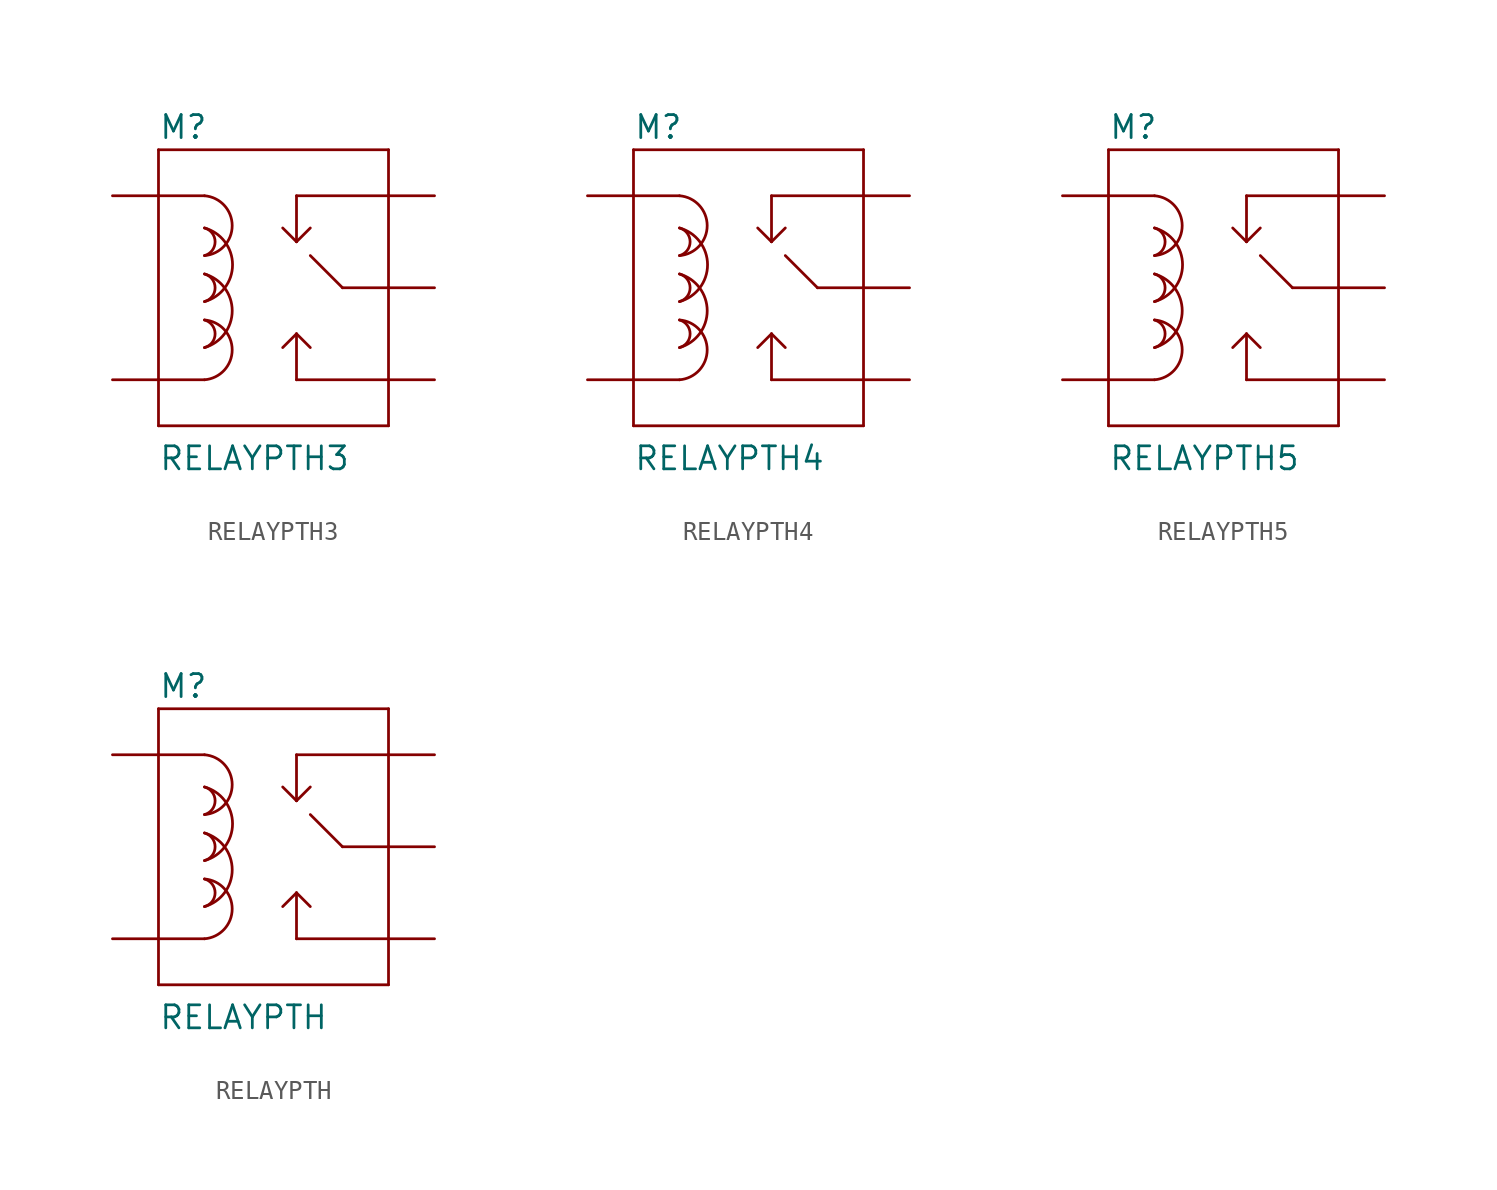
<source format=kicad_sym>
(kicad_symbol_lib
  (version 20220914)
  (generator kicad_symbol_editor)
  (symbol "RELAYPTH3"
    (pin_numbers hide)
    (pin_names
      (offset 1.016) hide)
    (property "Reference" "M"
      (at -7.62 8.128 0)
      (effects (font (size 1.27 1.27)) (justify left bottom)))
    (property "Value" "RELAYPTH3"
      (at -7.62 -10.16 0)
      (effects (font (size 1.27 1.27)) (justify left bottom)))
    (property "ki_locked" ""
      (at 0 0 0)
      (effects (font (size 1.27 1.27))))
    (symbol "RELAYPTH3_1_0"
      (polyline (pts (xy -7.62 -7.62) (xy -7.62 -5.08)) (stroke (width 0) (type solid)) (fill (type none)))
      (polyline (pts (xy -7.62 -5.08) (xy -7.62 5.08)) (stroke (width 0) (type solid)) (fill (type none)))
      (polyline (pts (xy -7.62 -5.08) (xy -5.08 -5.08)) (stroke (width 0) (type solid)) (fill (type none)))
      (polyline (pts (xy -7.62 5.08) (xy -7.62 7.62)) (stroke (width 0) (type solid)) (fill (type none)))
      (polyline (pts (xy -7.62 5.08) (xy -5.08 5.08)) (stroke (width 0) (type solid)) (fill (type none)))
      (polyline (pts (xy -7.62 7.62) (xy 5.08 7.62)) (stroke (width 0) (type solid)) (fill (type none)))
      (polyline (pts (xy 0 -5.08) (xy 0 -2.54)) (stroke (width 0) (type solid)) (fill (type none)))
      (polyline (pts (xy 0 -2.54) (xy -0.762 -3.302)) (stroke (width 0) (type solid)) (fill (type none)))
      (polyline (pts (xy 0 -2.54) (xy 0.762 -3.302)) (stroke (width 0) (type solid)) (fill (type none)))
      (polyline (pts (xy 0 2.54) (xy -0.762 3.302)) (stroke (width 0) (type solid)) (fill (type none)))
      (polyline (pts (xy 0 2.54) (xy 0.762 3.302)) (stroke (width 0) (type solid)) (fill (type none)))
      (polyline (pts (xy 0 5.08) (xy 0 2.54)) (stroke (width 0) (type solid)) (fill (type none)))
      (polyline (pts (xy 2.54 0) (xy 0.762 1.778)) (stroke (width 0) (type solid)) (fill (type none)))
      (polyline (pts (xy 5.08 -7.62) (xy -7.62 -7.62)) (stroke (width 0) (type solid)) (fill (type none)))
      (polyline (pts (xy 5.08 -5.08) (xy 0 -5.08)) (stroke (width 0) (type solid)) (fill (type none)))
      (polyline (pts (xy 5.08 -5.08) (xy 5.08 -7.62)) (stroke (width 0) (type solid)) (fill (type none)))
      (polyline (pts (xy 5.08 0) (xy 2.54 0)) (stroke (width 0) (type solid)) (fill (type none)))
      (polyline (pts (xy 5.08 0) (xy 5.08 -5.08)) (stroke (width 0) (type solid)) (fill (type none)))
      (polyline (pts (xy 5.08 5.08) (xy 0 5.08)) (stroke (width 0) (type solid)) (fill (type none)))
      (polyline (pts (xy 5.08 5.08) (xy 5.08 0)) (stroke (width 0) (type solid)) (fill (type none)))
      (polyline (pts (xy 5.08 7.62) (xy 5.08 5.08)) (stroke (width 0) (type solid)) (fill (type none))))
    (symbol "RELAYPTH3_1_1"
      (arc (start -5.08 -5.08) (mid -3.5511 -3.429) (end -5.08 -1.778) (stroke (width 0) (type solid)) (fill (type none)))
      (arc (start -5.08 -3.302) (mid -4.4946 -2.54) (end -5.08 -1.778) (stroke (width 0) (type solid)) (fill (type none)))
      (arc (start -5.08 -3.302) (mid -3.5499 -1.27) (end -5.08 0.762) (stroke (width 0) (type solid)) (fill (type none)))
      (arc (start -5.08 -0.762) (mid -4.4946 0) (end -5.08 0.762) (stroke (width 0) (type solid)) (fill (type none)))
      (arc (start -5.08 -0.762) (mid -3.5314 1.27) (end -5.08 3.302) (stroke (width 0) (type solid)) (fill (type none)))
      (arc (start -5.08 1.778) (mid -4.4946 2.54) (end -5.08 3.302) (stroke (width 0) (type solid)) (fill (type none)))
      (arc (start -5.08 1.778) (mid -3.5511 3.429) (end -5.08 5.08) (stroke (width 0) (type solid)) (fill (type none)))
      (pin bidirectional line (at -10.16 5.08 0) (length 2.54) (name "COIL1" (effects (font (size 1.016 1.016)))) (number "COIL1" (effects (font (size 1.016 1.016)))))
      (pin bidirectional line (at -10.16 -5.08 0) (length 2.54) (name "COIL2" (effects (font (size 1.016 1.016)))) (number "COIL2" (effects (font (size 1.016 1.016)))))
      (pin bidirectional line (at 7.62 0 180) (length 2.54) (name "MAIN" (effects (font (size 1.016 1.016)))) (number "MAIN" (effects (font (size 1.016 1.016)))))
      (pin bidirectional line (at 7.62 5.08 180) (length 2.54) (name "NC" (effects (font (size 1.016 1.016)))) (number "NC" (effects (font (size 1.016 1.016)))))
      (pin bidirectional line (at 7.62 -5.08 180) (length 2.54) (name "NO" (effects (font (size 1.016 1.016)))) (number "NO" (effects (font (size 1.016 1.016)))))))
  (symbol "RELAYPTH4"
    (pin_numbers hide)
    (pin_names
      (offset 1.016) hide)
    (property "Reference" "M"
      (at -7.62 8.128 0)
      (effects (font (size 1.27 1.27)) (justify left bottom)))
    (property "Value" "RELAYPTH4"
      (at -7.62 -10.16 0)
      (effects (font (size 1.27 1.27)) (justify left bottom)))
    (property "ki_locked" ""
      (at 0 0 0)
      (effects (font (size 1.27 1.27))))
    (symbol "RELAYPTH4_1_0"
      (polyline (pts (xy -7.62 -7.62) (xy -7.62 -5.08)) (stroke (width 0) (type solid)) (fill (type none)))
      (polyline (pts (xy -7.62 -5.08) (xy -7.62 5.08)) (stroke (width 0) (type solid)) (fill (type none)))
      (polyline (pts (xy -7.62 -5.08) (xy -5.08 -5.08)) (stroke (width 0) (type solid)) (fill (type none)))
      (polyline (pts (xy -7.62 5.08) (xy -7.62 7.62)) (stroke (width 0) (type solid)) (fill (type none)))
      (polyline (pts (xy -7.62 5.08) (xy -5.08 5.08)) (stroke (width 0) (type solid)) (fill (type none)))
      (polyline (pts (xy -7.62 7.62) (xy 5.08 7.62)) (stroke (width 0) (type solid)) (fill (type none)))
      (polyline (pts (xy 0 -5.08) (xy 0 -2.54)) (stroke (width 0) (type solid)) (fill (type none)))
      (polyline (pts (xy 0 -2.54) (xy -0.762 -3.302)) (stroke (width 0) (type solid)) (fill (type none)))
      (polyline (pts (xy 0 -2.54) (xy 0.762 -3.302)) (stroke (width 0) (type solid)) (fill (type none)))
      (polyline (pts (xy 0 2.54) (xy -0.762 3.302)) (stroke (width 0) (type solid)) (fill (type none)))
      (polyline (pts (xy 0 2.54) (xy 0.762 3.302)) (stroke (width 0) (type solid)) (fill (type none)))
      (polyline (pts (xy 0 5.08) (xy 0 2.54)) (stroke (width 0) (type solid)) (fill (type none)))
      (polyline (pts (xy 2.54 0) (xy 0.762 1.778)) (stroke (width 0) (type solid)) (fill (type none)))
      (polyline (pts (xy 5.08 -7.62) (xy -7.62 -7.62)) (stroke (width 0) (type solid)) (fill (type none)))
      (polyline (pts (xy 5.08 -5.08) (xy 0 -5.08)) (stroke (width 0) (type solid)) (fill (type none)))
      (polyline (pts (xy 5.08 -5.08) (xy 5.08 -7.62)) (stroke (width 0) (type solid)) (fill (type none)))
      (polyline (pts (xy 5.08 0) (xy 2.54 0)) (stroke (width 0) (type solid)) (fill (type none)))
      (polyline (pts (xy 5.08 0) (xy 5.08 -5.08)) (stroke (width 0) (type solid)) (fill (type none)))
      (polyline (pts (xy 5.08 5.08) (xy 0 5.08)) (stroke (width 0) (type solid)) (fill (type none)))
      (polyline (pts (xy 5.08 5.08) (xy 5.08 0)) (stroke (width 0) (type solid)) (fill (type none)))
      (polyline (pts (xy 5.08 7.62) (xy 5.08 5.08)) (stroke (width 0) (type solid)) (fill (type none))))
    (symbol "RELAYPTH4_1_1"
      (arc (start -5.08 -5.08) (mid -3.5511 -3.429) (end -5.08 -1.778) (stroke (width 0) (type solid)) (fill (type none)))
      (arc (start -5.08 -3.302) (mid -4.4946 -2.54) (end -5.08 -1.778) (stroke (width 0) (type solid)) (fill (type none)))
      (arc (start -5.08 -3.302) (mid -3.5499 -1.27) (end -5.08 0.762) (stroke (width 0) (type solid)) (fill (type none)))
      (arc (start -5.08 -0.762) (mid -4.4946 0) (end -5.08 0.762) (stroke (width 0) (type solid)) (fill (type none)))
      (arc (start -5.08 -0.762) (mid -3.5314 1.27) (end -5.08 3.302) (stroke (width 0) (type solid)) (fill (type none)))
      (arc (start -5.08 1.778) (mid -4.4946 2.54) (end -5.08 3.302) (stroke (width 0) (type solid)) (fill (type none)))
      (arc (start -5.08 1.778) (mid -3.5511 3.429) (end -5.08 5.08) (stroke (width 0) (type solid)) (fill (type none)))
      (pin bidirectional line (at -10.16 -5.08 0) (length 2.54) (name "COIL2" (effects (font (size 1.016 1.016)))) (number "1" (effects (font (size 1.016 1.016)))))
      (pin bidirectional line (at 7.62 5.08 180) (length 2.54) (name "NC" (effects (font (size 1.016 1.016)))) (number "2" (effects (font (size 1.016 1.016)))))
      (pin bidirectional line (at 7.62 -5.08 180) (length 2.54) (name "NO" (effects (font (size 1.016 1.016)))) (number "3" (effects (font (size 1.016 1.016)))))
      (pin bidirectional line (at 7.62 0 180) (length 2.54) (name "MAIN" (effects (font (size 1.016 1.016)))) (number "4" (effects (font (size 1.016 1.016)))))
      (pin bidirectional line (at -10.16 5.08 0) (length 2.54) (name "COIL1" (effects (font (size 1.016 1.016)))) (number "5" (effects (font (size 1.016 1.016)))))))
  (symbol "RELAYPTH5"
    (pin_numbers hide)
    (pin_names
      (offset 1.016) hide)
    (property "Reference" "M"
      (at -7.62 8.128 0)
      (effects (font (size 1.27 1.27)) (justify left bottom)))
    (property "Value" "RELAYPTH5"
      (at -7.62 -10.16 0)
      (effects (font (size 1.27 1.27)) (justify left bottom)))
    (property "ki_locked" ""
      (at 0 0 0)
      (effects (font (size 1.27 1.27))))
    (symbol "RELAYPTH5_1_0"
      (polyline (pts (xy -7.62 -7.62) (xy -7.62 -5.08)) (stroke (width 0) (type solid)) (fill (type none)))
      (polyline (pts (xy -7.62 -5.08) (xy -7.62 5.08)) (stroke (width 0) (type solid)) (fill (type none)))
      (polyline (pts (xy -7.62 -5.08) (xy -5.08 -5.08)) (stroke (width 0) (type solid)) (fill (type none)))
      (polyline (pts (xy -7.62 5.08) (xy -7.62 7.62)) (stroke (width 0) (type solid)) (fill (type none)))
      (polyline (pts (xy -7.62 5.08) (xy -5.08 5.08)) (stroke (width 0) (type solid)) (fill (type none)))
      (polyline (pts (xy -7.62 7.62) (xy 5.08 7.62)) (stroke (width 0) (type solid)) (fill (type none)))
      (polyline (pts (xy 0 -5.08) (xy 0 -2.54)) (stroke (width 0) (type solid)) (fill (type none)))
      (polyline (pts (xy 0 -2.54) (xy -0.762 -3.302)) (stroke (width 0) (type solid)) (fill (type none)))
      (polyline (pts (xy 0 -2.54) (xy 0.762 -3.302)) (stroke (width 0) (type solid)) (fill (type none)))
      (polyline (pts (xy 0 2.54) (xy -0.762 3.302)) (stroke (width 0) (type solid)) (fill (type none)))
      (polyline (pts (xy 0 2.54) (xy 0.762 3.302)) (stroke (width 0) (type solid)) (fill (type none)))
      (polyline (pts (xy 0 5.08) (xy 0 2.54)) (stroke (width 0) (type solid)) (fill (type none)))
      (polyline (pts (xy 2.54 0) (xy 0.762 1.778)) (stroke (width 0) (type solid)) (fill (type none)))
      (polyline (pts (xy 5.08 -7.62) (xy -7.62 -7.62)) (stroke (width 0) (type solid)) (fill (type none)))
      (polyline (pts (xy 5.08 -5.08) (xy 0 -5.08)) (stroke (width 0) (type solid)) (fill (type none)))
      (polyline (pts (xy 5.08 -5.08) (xy 5.08 -7.62)) (stroke (width 0) (type solid)) (fill (type none)))
      (polyline (pts (xy 5.08 0) (xy 2.54 0)) (stroke (width 0) (type solid)) (fill (type none)))
      (polyline (pts (xy 5.08 0) (xy 5.08 -5.08)) (stroke (width 0) (type solid)) (fill (type none)))
      (polyline (pts (xy 5.08 5.08) (xy 0 5.08)) (stroke (width 0) (type solid)) (fill (type none)))
      (polyline (pts (xy 5.08 5.08) (xy 5.08 0)) (stroke (width 0) (type solid)) (fill (type none)))
      (polyline (pts (xy 5.08 7.62) (xy 5.08 5.08)) (stroke (width 0) (type solid)) (fill (type none))))
    (symbol "RELAYPTH5_1_1"
      (arc (start -5.08 -5.08) (mid -3.5511 -3.429) (end -5.08 -1.778) (stroke (width 0) (type solid)) (fill (type none)))
      (arc (start -5.08 -3.302) (mid -4.4946 -2.54) (end -5.08 -1.778) (stroke (width 0) (type solid)) (fill (type none)))
      (arc (start -5.08 -3.302) (mid -3.5499 -1.27) (end -5.08 0.762) (stroke (width 0) (type solid)) (fill (type none)))
      (arc (start -5.08 -0.762) (mid -4.4946 0) (end -5.08 0.762) (stroke (width 0) (type solid)) (fill (type none)))
      (arc (start -5.08 -0.762) (mid -3.5314 1.27) (end -5.08 3.302) (stroke (width 0) (type solid)) (fill (type none)))
      (arc (start -5.08 1.778) (mid -4.4946 2.54) (end -5.08 3.302) (stroke (width 0) (type solid)) (fill (type none)))
      (arc (start -5.08 1.778) (mid -3.5511 3.429) (end -5.08 5.08) (stroke (width 0) (type solid)) (fill (type none)))
      (pin bidirectional line (at -10.16 5.08 0) (length 2.54) (name "COIL1" (effects (font (size 1.016 1.016)))) (number "COIL1" (effects (font (size 1.016 1.016)))))
      (pin bidirectional line (at -10.16 -5.08 0) (length 2.54) (name "COIL2" (effects (font (size 1.016 1.016)))) (number "COIL2" (effects (font (size 1.016 1.016)))))
      (pin bidirectional line (at 7.62 0 180) (length 2.54) (name "MAIN" (effects (font (size 1.016 1.016)))) (number "MAIN" (effects (font (size 1.016 1.016)))))
      (pin bidirectional line (at 7.62 5.08 180) (length 2.54) (name "NC" (effects (font (size 1.016 1.016)))) (number "NC" (effects (font (size 1.016 1.016)))))
      (pin bidirectional line (at 7.62 -5.08 180) (length 2.54) (name "NO" (effects (font (size 1.016 1.016)))) (number "NO" (effects (font (size 1.016 1.016)))))))
  (symbol "RELAYPTH"
    (pin_numbers hide)
    (pin_names
      (offset 1.016) hide)
    (property "Reference" "M"
      (at -7.62 8.128 0)
      (effects (font (size 1.27 1.27)) (justify left bottom)))
    (property "Value" "RELAYPTH"
      (at -7.62 -10.16 0)
      (effects (font (size 1.27 1.27)) (justify left bottom)))
    (property "ki_locked" ""
      (at 0 0 0)
      (effects (font (size 1.27 1.27))))
    (symbol "RELAYPTH_1_0"
      (polyline (pts (xy -7.62 -7.62) (xy -7.62 -5.08)) (stroke (width 0) (type solid)) (fill (type none)))
      (polyline (pts (xy -7.62 -5.08) (xy -7.62 5.08)) (stroke (width 0) (type solid)) (fill (type none)))
      (polyline (pts (xy -7.62 -5.08) (xy -5.08 -5.08)) (stroke (width 0) (type solid)) (fill (type none)))
      (polyline (pts (xy -7.62 5.08) (xy -7.62 7.62)) (stroke (width 0) (type solid)) (fill (type none)))
      (polyline (pts (xy -7.62 5.08) (xy -5.08 5.08)) (stroke (width 0) (type solid)) (fill (type none)))
      (polyline (pts (xy -7.62 7.62) (xy 5.08 7.62)) (stroke (width 0) (type solid)) (fill (type none)))
      (polyline (pts (xy 0 -5.08) (xy 0 -2.54)) (stroke (width 0) (type solid)) (fill (type none)))
      (polyline (pts (xy 0 -2.54) (xy -0.762 -3.302)) (stroke (width 0) (type solid)) (fill (type none)))
      (polyline (pts (xy 0 -2.54) (xy 0.762 -3.302)) (stroke (width 0) (type solid)) (fill (type none)))
      (polyline (pts (xy 0 2.54) (xy -0.762 3.302)) (stroke (width 0) (type solid)) (fill (type none)))
      (polyline (pts (xy 0 2.54) (xy 0.762 3.302)) (stroke (width 0) (type solid)) (fill (type none)))
      (polyline (pts (xy 0 5.08) (xy 0 2.54)) (stroke (width 0) (type solid)) (fill (type none)))
      (polyline (pts (xy 2.54 0) (xy 0.762 1.778)) (stroke (width 0) (type solid)) (fill (type none)))
      (polyline (pts (xy 5.08 -7.62) (xy -7.62 -7.62)) (stroke (width 0) (type solid)) (fill (type none)))
      (polyline (pts (xy 5.08 -5.08) (xy 0 -5.08)) (stroke (width 0) (type solid)) (fill (type none)))
      (polyline (pts (xy 5.08 -5.08) (xy 5.08 -7.62)) (stroke (width 0) (type solid)) (fill (type none)))
      (polyline (pts (xy 5.08 0) (xy 2.54 0)) (stroke (width 0) (type solid)) (fill (type none)))
      (polyline (pts (xy 5.08 0) (xy 5.08 -5.08)) (stroke (width 0) (type solid)) (fill (type none)))
      (polyline (pts (xy 5.08 5.08) (xy 0 5.08)) (stroke (width 0) (type solid)) (fill (type none)))
      (polyline (pts (xy 5.08 5.08) (xy 5.08 0)) (stroke (width 0) (type solid)) (fill (type none)))
      (polyline (pts (xy 5.08 7.62) (xy 5.08 5.08)) (stroke (width 0) (type solid)) (fill (type none))))
    (symbol "RELAYPTH_1_1"
      (arc (start -5.08 -5.08) (mid -3.5511 -3.429) (end -5.08 -1.778) (stroke (width 0) (type solid)) (fill (type none)))
      (arc (start -5.08 -3.302) (mid -4.4946 -2.54) (end -5.08 -1.778) (stroke (width 0) (type solid)) (fill (type none)))
      (arc (start -5.08 -3.302) (mid -3.5499 -1.27) (end -5.08 0.762) (stroke (width 0) (type solid)) (fill (type none)))
      (arc (start -5.08 -0.762) (mid -4.4946 0) (end -5.08 0.762) (stroke (width 0) (type solid)) (fill (type none)))
      (arc (start -5.08 -0.762) (mid -3.5314 1.27) (end -5.08 3.302) (stroke (width 0) (type solid)) (fill (type none)))
      (arc (start -5.08 1.778) (mid -4.4946 2.54) (end -5.08 3.302) (stroke (width 0) (type solid)) (fill (type none)))
      (arc (start -5.08 1.778) (mid -3.5511 3.429) (end -5.08 5.08) (stroke (width 0) (type solid)) (fill (type none)))
      (pin bidirectional line (at -10.16 -5.08 0) (length 2.54) (name "COIL2" (effects (font (size 1.016 1.016)))) (number "1" (effects (font (size 1.016 1.016)))))
      (pin bidirectional line (at 7.62 0 180) (length 2.54) (name "MAIN" (effects (font (size 1.016 1.016)))) (number "2" (effects (font (size 1.016 1.016)))))
      (pin bidirectional line (at 7.62 -5.08 180) (length 2.54) (name "NO" (effects (font (size 1.016 1.016)))) (number "3" (effects (font (size 1.016 1.016)))))
      (pin bidirectional line (at 7.62 5.08 180) (length 2.54) (name "NC" (effects (font (size 1.016 1.016)))) (number "4" (effects (font (size 1.016 1.016)))))
      (pin bidirectional line (at -10.16 5.08 0) (length 2.54) (name "COIL1" (effects (font (size 1.016 1.016)))) (number "5" (effects (font (size 1.016 1.016))))))))
</source>
